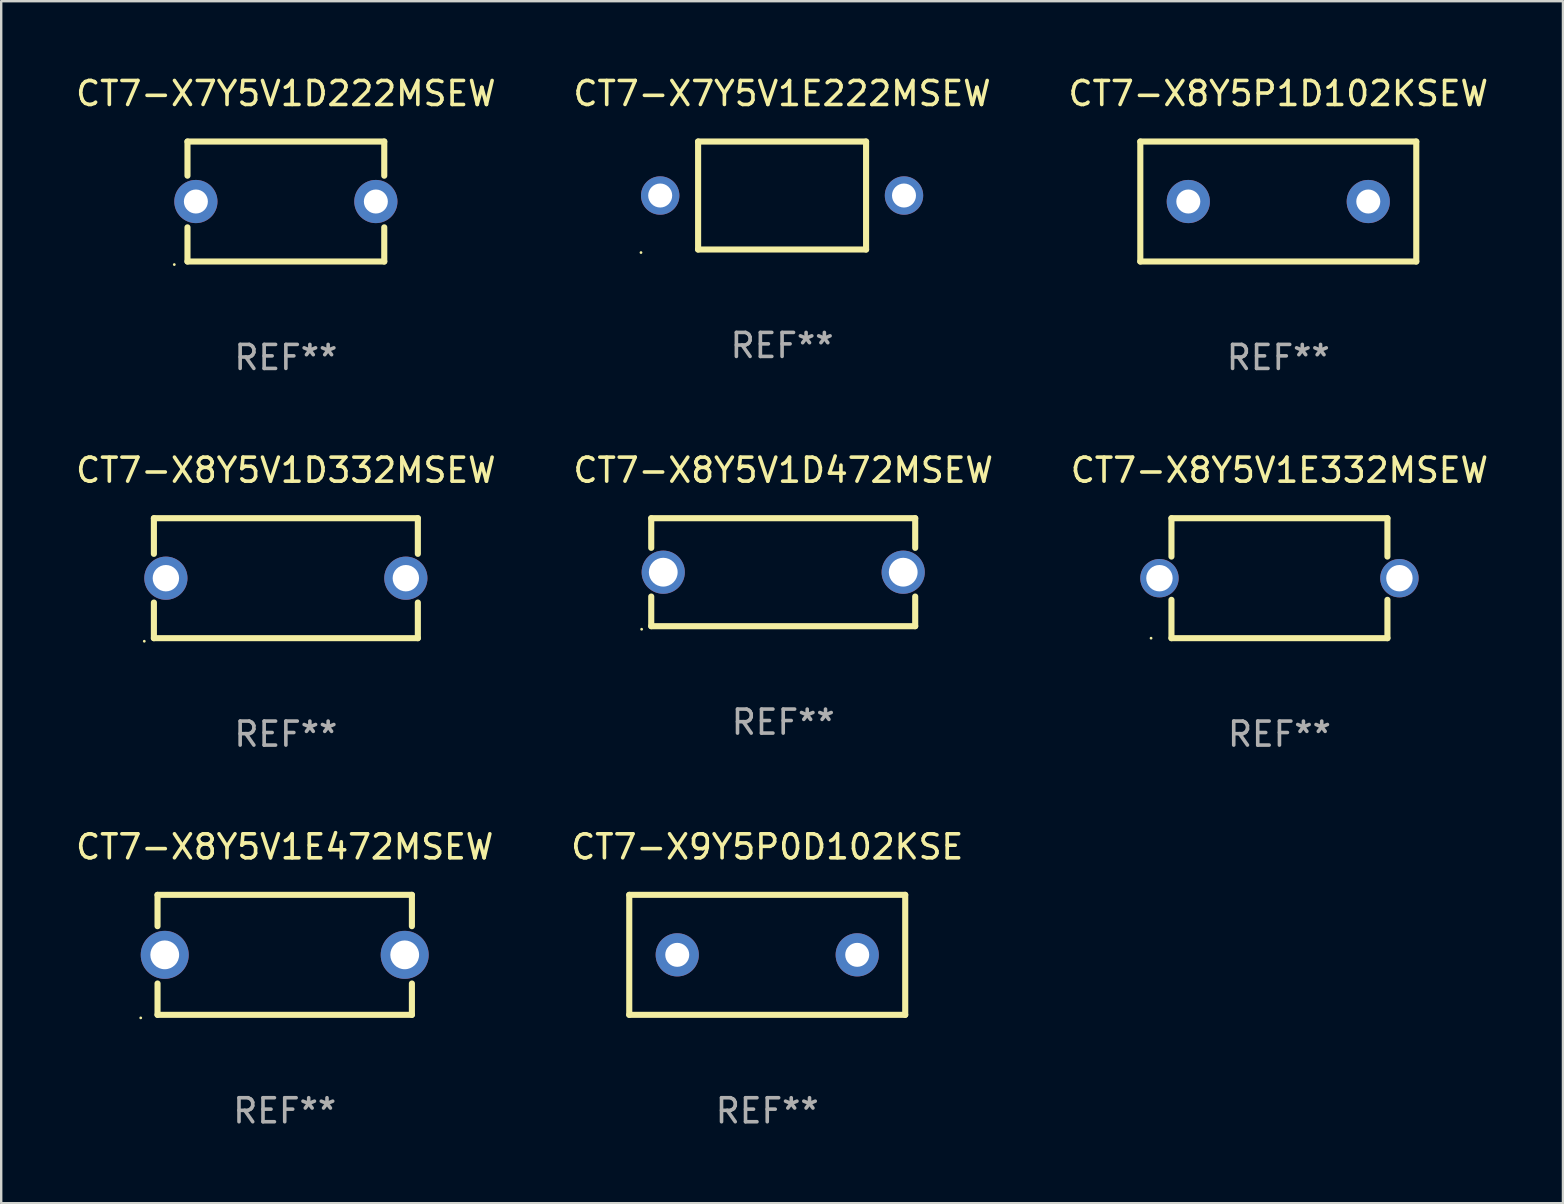
<source format=kicad_pcb>
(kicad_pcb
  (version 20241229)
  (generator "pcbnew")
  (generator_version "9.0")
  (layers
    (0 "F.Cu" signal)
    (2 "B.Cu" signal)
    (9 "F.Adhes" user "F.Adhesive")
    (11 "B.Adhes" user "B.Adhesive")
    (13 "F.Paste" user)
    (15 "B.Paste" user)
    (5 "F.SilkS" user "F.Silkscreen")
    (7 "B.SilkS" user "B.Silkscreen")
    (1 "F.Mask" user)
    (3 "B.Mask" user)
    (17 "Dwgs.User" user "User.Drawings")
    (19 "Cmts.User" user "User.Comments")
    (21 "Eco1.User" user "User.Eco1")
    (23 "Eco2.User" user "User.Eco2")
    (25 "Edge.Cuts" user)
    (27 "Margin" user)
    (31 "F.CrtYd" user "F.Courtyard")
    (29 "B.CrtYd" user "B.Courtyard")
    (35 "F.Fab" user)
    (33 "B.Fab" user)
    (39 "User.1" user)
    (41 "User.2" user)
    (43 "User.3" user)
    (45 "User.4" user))
  (footprint "CT7-X8Y5V1D332MSEW"
    (layer "F.Cu")
    (at 8.863 21.045)
    (property "Reference" "CT7-X8Y5V1D332MSEW" (at 0 -4.5 0) (layer "F.SilkS") (effects (font (size 1 1) (thickness 0.15))))
    (attr through_hole)
    (fp_line (start -5.5 -2.5) (end -5.5 -1.014) (stroke (width 0.254) (type solid)) (layer "F.SilkS"))
    (fp_line (start -5.5 -2.5) (end 5.5 -2.5) (stroke (width 0.254) (type solid)) (layer "F.SilkS"))
    (fp_line (start -5.5 1.014) (end -5.5 2.5) (stroke (width 0.254) (type solid)) (layer "F.SilkS"))
    (fp_line (start 5.5 -1.014) (end 5.5 -2.5) (stroke (width 0.254) (type solid)) (layer "F.SilkS"))
    (fp_line (start 5.5 2.5) (end -5.5 2.5) (stroke (width 0.254) (type solid)) (layer "F.SilkS"))
    (fp_line (start 5.5 2.5) (end 5.5 1.014) (stroke (width 0.254) (type solid)) (layer "F.SilkS"))
    (fp_circle (center -5.9 2.627) (end -5.87 2.627) (stroke (width 0.06) (type solid)) (fill no) (layer "F.SilkS"))
    (fp_text user "REF**" (at 0 6.5 0) (layer "F.Fab") (effects (font (size 1 1) (thickness 0.15))))
    (pad "1" thru_hole circle (at -5 0) (size 1.8 1.8) (drill 1.1) (layers "*.Cu" "*.Mask"))
    (pad "2" thru_hole circle (at 5 0) (size 1.8 1.8) (drill 1.1) (layers "*.Cu" "*.Mask")))
  (footprint "CT7-X9Y5P0D102KSE"
    (layer "F.Cu")
    (at 28.923 36.741)
    (property "Reference" "CT7-X9Y5P0D102KSE" (at 0 -4.5 0) (layer "F.SilkS") (effects (font (size 1 1) (thickness 0.15))))
    (attr through_hole)
    (fp_line (start -5.75 -2.5) (end 5.75 -2.5) (stroke (width 0.254) (type solid)) (layer "F.SilkS"))
    (fp_line (start -5.75 2.5) (end -5.75 -2.5) (stroke (width 0.254) (type solid)) (layer "F.SilkS"))
    (fp_line (start 5.75 -2.5) (end 5.75 2.5) (stroke (width 0.254) (type solid)) (layer "F.SilkS"))
    (fp_line (start 5.75 2.5) (end -5.75 2.5) (stroke (width 0.254) (type solid)) (layer "F.SilkS"))
    (fp_circle (center -5.75 2.5) (end -5.72 2.5) (stroke (width 0.06) (type solid)) (fill no) (layer "F.SilkS"))
    (fp_text user "REF**" (at 0 6.5 0) (layer "F.Fab") (effects (font (size 1 1) (thickness 0.15))))
    (pad "1" thru_hole circle (at -3.75 0) (size 1.8 1.8) (drill 1) (layers "*.Cu" "*.Mask"))
    (pad "2" thru_hole circle (at 3.75 0) (size 1.8 1.8) (drill 1) (layers "*.Cu" "*.Mask")))
  (footprint "CT7-X7Y5V1E222MSEW"
    (layer "F.Cu")
    (at 29.542 5.098)
    (property "Reference" "CT7-X7Y5V1E222MSEW" (at 0 -4.25 0) (layer "F.SilkS") (effects (font (size 1 1) (thickness 0.15))))
    (attr through_hole)
    (fp_line (start -3.5 -2.25) (end 3.5 -2.25) (stroke (width 0.254) (type solid)) (layer "F.SilkS"))
    (fp_line (start -3.5 2.25) (end -3.5 -2.25) (stroke (width 0.254) (type solid)) (layer "F.SilkS"))
    (fp_line (start 3.5 -2.25) (end 3.5 2.25) (stroke (width 0.254) (type solid)) (layer "F.SilkS"))
    (fp_line (start 3.5 2.25) (end -3.5 2.25) (stroke (width 0.254) (type solid)) (layer "F.SilkS"))
    (fp_circle (center -5.88 2.377) (end -5.85 2.377) (stroke (width 0.06) (type solid)) (fill no) (layer "F.SilkS"))
    (fp_text user "REF**" (at 0 6.25 0) (layer "F.Fab") (effects (font (size 1 1) (thickness 0.15))))
    (pad "1" thru_hole circle (at -5.08 0) (size 1.6 1.6) (drill 1) (layers "*.Cu" "*.Mask"))
    (pad "2" thru_hole circle (at 5.08 0) (size 1.6 1.6) (drill 1) (layers "*.Cu" "*.Mask")))
  (footprint "CT7-X8Y5V1E472MSEW"
    (layer "F.Cu")
    (at 8.815 36.741)
    (property "Reference" "CT7-X8Y5V1E472MSEW" (at 0 -4.5 0) (layer "F.SilkS") (effects (font (size 1 1) (thickness 0.15))))
    (attr through_hole)
    (fp_line (start -5.3 -2.5) (end -5.3 -1.194) (stroke (width 0.254) (type solid)) (layer "F.SilkS"))
    (fp_line (start -5.3 -2.5) (end 5.3 -2.5) (stroke (width 0.254) (type solid)) (layer "F.SilkS"))
    (fp_line (start -5.3 1.194) (end -5.3 2.5) (stroke (width 0.254) (type solid)) (layer "F.SilkS"))
    (fp_line (start -5.3 2.5) (end 5.3 2.5) (stroke (width 0.254) (type solid)) (layer "F.SilkS"))
    (fp_line (start 5.3 -2.5) (end 5.3 -1.194) (stroke (width 0.254) (type solid)) (layer "F.SilkS"))
    (fp_line (start 5.3 1.194) (end 5.3 2.5) (stroke (width 0.254) (type solid)) (layer "F.SilkS"))
    (fp_circle (center -6 2.627) (end -5.97 2.627) (stroke (width 0.06) (type solid)) (fill no) (layer "F.SilkS"))
    (fp_text user "REF**" (at 0 6.5 0) (layer "F.Fab") (effects (font (size 1 1) (thickness 0.15))))
    (pad "1" thru_hole circle (at -5 0) (size 2 2) (drill 1.2) (layers "*.Cu" "*.Mask"))
    (pad "2" thru_hole circle (at 5 0) (size 2 2) (drill 1.2) (layers "*.Cu" "*.Mask")))
  (footprint "CT7-X8Y5V1D472MSEW"
    (layer "F.Cu")
    (at 29.589 20.795)
    (property "Reference" "CT7-X8Y5V1D472MSEW" (at 0 -4.25 0) (layer "F.SilkS") (effects (font (size 1 1) (thickness 0.15))))
    (attr through_hole)
    (fp_line (start -5.5 -2.25) (end -5.5 -1.014) (stroke (width 0.254) (type solid)) (layer "F.SilkS"))
    (fp_line (start -5.5 -2.25) (end 5.5 -2.25) (stroke (width 0.254) (type solid)) (layer "F.SilkS"))
    (fp_line (start -5.5 1.014) (end -5.5 2.25) (stroke (width 0.254) (type solid)) (layer "F.SilkS"))
    (fp_line (start 5.5 -2.25) (end 5.5 -1.014) (stroke (width 0.254) (type solid)) (layer "F.SilkS"))
    (fp_line (start 5.5 1.014) (end 5.5 2.25) (stroke (width 0.254) (type solid)) (layer "F.SilkS"))
    (fp_line (start 5.5 2.25) (end -5.5 2.25) (stroke (width 0.254) (type solid)) (layer "F.SilkS"))
    (fp_circle (center -5.9 2.377) (end -5.87 2.377) (stroke (width 0.06) (type solid)) (fill no) (layer "F.SilkS"))
    (fp_text user "REF**" (at 0 6.25 0) (layer "F.Fab") (effects (font (size 1 1) (thickness 0.15))))
    (pad "1" thru_hole circle (at -5 0) (size 1.8 1.8) (drill 1.2) (layers "*.Cu" "*.Mask"))
    (pad "2" thru_hole circle (at 5 0) (size 1.8 1.8) (drill 1.2) (layers "*.Cu" "*.Mask")))
  (footprint "CT7-X8Y5P1D102KSEW"
    (layer "F.Cu")
    (at 50.22 5.348)
    (property "Reference" "CT7-X8Y5P1D102KSEW" (at 0 -4.5 0) (layer "F.SilkS") (effects (font (size 1 1) (thickness 0.15))))
    (attr through_hole)
    (fp_line (start -5.75 -2.5) (end 5.75 -2.5) (stroke (width 0.254) (type solid)) (layer "F.SilkS"))
    (fp_line (start -5.75 2.5) (end -5.75 -2.5) (stroke (width 0.254) (type solid)) (layer "F.SilkS"))
    (fp_line (start 5.75 -2.5) (end 5.75 2.5) (stroke (width 0.254) (type solid)) (layer "F.SilkS"))
    (fp_line (start 5.75 2.5) (end -5.75 2.5) (stroke (width 0.254) (type solid)) (layer "F.SilkS"))
    (fp_circle (center -5.75 2.5) (end -5.72 2.5) (stroke (width 0.06) (type solid)) (fill no) (layer "F.SilkS"))
    (fp_text user "REF**" (at 0 6.5 0) (layer "F.Fab") (effects (font (size 1 1) (thickness 0.15))))
    (pad "1" thru_hole circle (at -3.75 0) (size 1.8 1.8) (drill 1) (layers "*.Cu" "*.Mask"))
    (pad "2" thru_hole circle (at 3.75 0) (size 1.8 1.8) (drill 1) (layers "*.Cu" "*.Mask")))
  (footprint "CT7-X8Y5V1E332MSEW"
    (layer "F.Cu")
    (at 50.268 21.045)
    (property "Reference" "CT7-X8Y5V1E332MSEW" (at 0 -4.5 0) (layer "F.SilkS") (effects (font (size 1 1) (thickness 0.15))))
    (attr through_hole)
    (fp_line (start -4.5 -2.5) (end 4.5 -2.5) (stroke (width 0.254) (type solid)) (layer "F.SilkS"))
    (fp_line (start -4.5 -0.901) (end -4.5 -2.5) (stroke (width 0.254) (type solid)) (layer "F.SilkS"))
    (fp_line (start -4.5 2.5) (end -4.5 0.901) (stroke (width 0.254) (type solid)) (layer "F.SilkS"))
    (fp_line (start -4.5 2.5) (end 4.5 2.5) (stroke (width 0.254) (type solid)) (layer "F.SilkS"))
    (fp_line (start 4.5 -0.901) (end 4.5 -2.5) (stroke (width 0.254) (type solid)) (layer "F.SilkS"))
    (fp_line (start 4.5 2.5) (end 4.5 0.901) (stroke (width 0.254) (type solid)) (layer "F.SilkS"))
    (fp_circle (center -5.35 2.5) (end -5.32 2.5) (stroke (width 0.06) (type solid)) (fill no) (layer "F.SilkS"))
    (fp_text user "REF**" (at 0 6.5 0) (layer "F.Fab") (effects (font (size 1 1) (thickness 0.15))))
    (pad "1" thru_hole circle (at -5 0) (size 1.6 1.6) (drill 1.1) (layers "*.Cu" "*.Mask"))
    (pad "2" thru_hole circle (at 5 0) (size 1.6 1.6) (drill 1.1) (layers "*.Cu" "*.Mask")))
  (footprint "CT7-X7Y5V1D222MSEW"
    (layer "F.Cu")
    (at 8.863 5.348)
    (property "Reference" "CT7-X7Y5V1D222MSEW" (at 0 -4.5 0) (layer "F.SilkS") (effects (font (size 1 1) (thickness 0.15))))
    (attr through_hole)
    (fp_line (start -4.1 -2.5) (end -4.1 -1.076) (stroke (width 0.254) (type solid)) (layer "F.SilkS"))
    (fp_line (start -4.1 -2.5) (end 4.1 -2.5) (stroke (width 0.254) (type solid)) (layer "F.SilkS"))
    (fp_line (start -4.1 1.076) (end -4.1 2.5) (stroke (width 0.254) (type solid)) (layer "F.SilkS"))
    (fp_line (start -4.1 2.5) (end 4.1 2.5) (stroke (width 0.254) (type solid)) (layer "F.SilkS"))
    (fp_line (start 4.1 -2.5) (end 4.1 -1.076) (stroke (width 0.254) (type solid)) (layer "F.SilkS"))
    (fp_line (start 4.1 1.076) (end 4.1 2.5) (stroke (width 0.254) (type solid)) (layer "F.SilkS"))
    (fp_circle (center -4.65 2.627) (end -4.62 2.627) (stroke (width 0.06) (type solid)) (fill no) (layer "F.SilkS"))
    (fp_text user "REF**" (at 0 6.5 0) (layer "F.Fab") (effects (font (size 1 1) (thickness 0.15))))
    (pad "1" thru_hole circle (at -3.75 0) (size 1.8 1.8) (drill 1) (layers "*.Cu" "*.Mask"))
    (pad "2" thru_hole circle (at 3.75 0) (size 1.8 1.8) (drill 1) (layers "*.Cu" "*.Mask")))
  (gr_rect
    (start -3 -3)
    (end 62.083 47.09)
    (stroke (width 0.1) (type default))
    (fill no)
    (layer "Edge.Cuts")))
</source>
